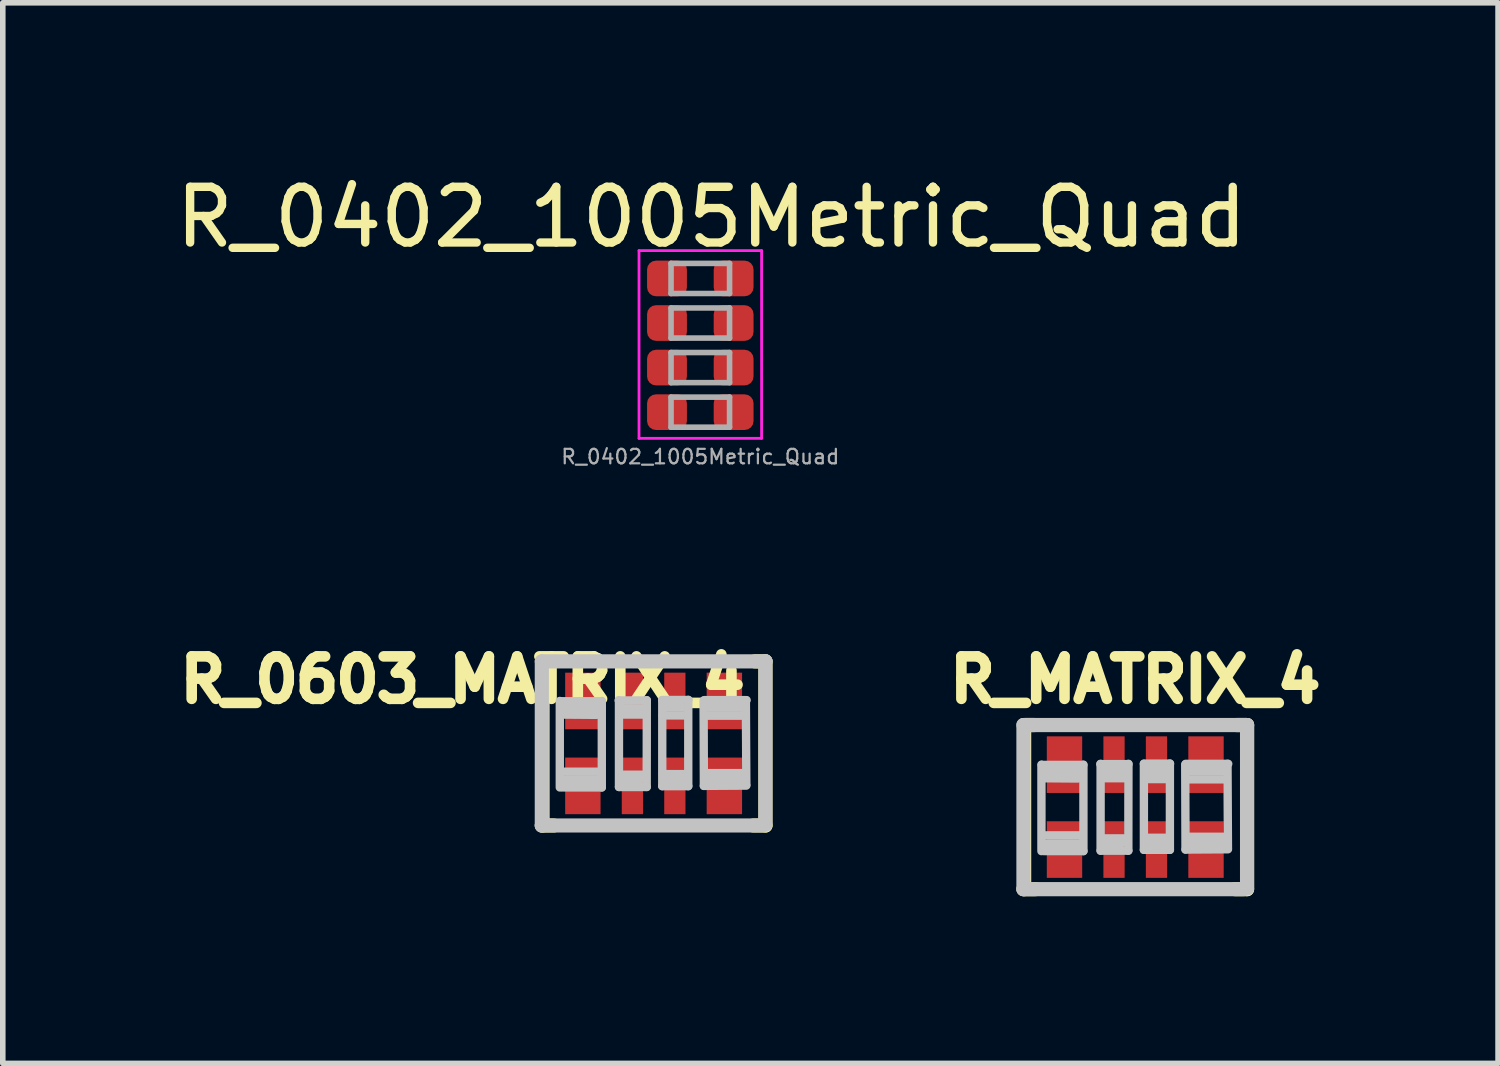
<source format=kicad_pcb>
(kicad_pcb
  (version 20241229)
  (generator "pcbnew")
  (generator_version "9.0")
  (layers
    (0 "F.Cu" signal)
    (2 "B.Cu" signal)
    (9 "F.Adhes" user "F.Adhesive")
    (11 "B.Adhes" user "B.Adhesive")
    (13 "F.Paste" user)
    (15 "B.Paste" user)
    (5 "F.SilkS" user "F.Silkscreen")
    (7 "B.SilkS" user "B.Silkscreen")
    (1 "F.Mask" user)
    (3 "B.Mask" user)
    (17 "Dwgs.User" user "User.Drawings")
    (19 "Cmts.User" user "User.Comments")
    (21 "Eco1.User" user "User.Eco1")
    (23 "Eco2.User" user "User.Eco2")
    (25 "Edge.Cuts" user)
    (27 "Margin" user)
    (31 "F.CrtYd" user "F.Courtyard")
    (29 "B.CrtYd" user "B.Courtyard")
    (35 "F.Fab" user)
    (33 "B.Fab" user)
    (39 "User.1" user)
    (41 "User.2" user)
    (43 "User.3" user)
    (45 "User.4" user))
  (footprint "R_MATRIX_4"
    (layer "F.Cu")
    (at 17.327 11.437)
    (property "Reference" "R_MATRIX_4" (at 0 -2.286 180) (layer "F.SilkS") (effects (font (size 0.762 0.762) (thickness 0.191))))
    (attr smd)
    (fp_line (start -2.007 1.473) (end -1.791 1.473) (stroke (width 0.254) (type solid)) (layer "F.SilkS"))
    (fp_line (start -1.994 -1.473) (end -1.994 1.473) (stroke (width 0.254) (type solid)) (layer "F.SilkS"))
    (fp_line (start -1.981 -1.473) (end -1.803 -1.473) (stroke (width 0.254) (type solid)) (layer "F.SilkS"))
    (fp_line (start 1.816 -1.473) (end 2.007 -1.473) (stroke (width 0.254) (type solid)) (layer "F.SilkS"))
    (fp_line (start 2.007 -1.473) (end 2.007 1.473) (stroke (width 0.254) (type solid)) (layer "F.SilkS"))
    (fp_line (start 2.007 1.473) (end 1.791 1.473) (stroke (width 0.254) (type solid)) (layer "F.SilkS"))
    (fp_line (start -2.007 -1.473) (end -2.007 1.473) (stroke (width 0.254) (type solid)) (layer "Dwgs.User"))
    (fp_line (start -2.007 -1.473) (end 2.007 -1.473) (stroke (width 0.254) (type solid)) (layer "Dwgs.User"))
    (fp_line (start -2.007 1.473) (end 1.943 1.473) (stroke (width 0.254) (type solid)) (layer "Dwgs.User"))
    (fp_line (start -1.684 -0.762) (end -1.684 0.79) (stroke (width 0.15) (type solid)) (layer "Dwgs.User"))
    (fp_line (start -1.679 -0.757) (end -0.932 -0.757) (stroke (width 0.15) (type solid)) (layer "Dwgs.User"))
    (fp_line (start -1.643 -0.518) (end -1.029 -0.513) (stroke (width 0.15) (type solid)) (layer "Dwgs.User"))
    (fp_line (start -1.615 0.655) (end -1.008 0.653) (stroke (width 0.15) (type solid)) (layer "Dwgs.User"))
    (fp_line (start -0.98 0.508) (end -1.618 0.508) (stroke (width 0.15) (type solid)) (layer "Dwgs.User"))
    (fp_line (start -0.94 -0.622) (end -1.638 -0.622) (stroke (width 0.15) (type solid)) (layer "Dwgs.User"))
    (fp_line (start -0.93 -0.762) (end -0.93 0.79) (stroke (width 0.15) (type solid)) (layer "Dwgs.User"))
    (fp_line (start -0.93 0.79) (end -1.638 0.79) (stroke (width 0.15) (type solid)) (layer "Dwgs.User"))
    (fp_line (start -0.627 -0.772) (end -0.122 -0.772) (stroke (width 0.15) (type solid)) (layer "Dwgs.User"))
    (fp_line (start -0.622 0.782) (end -0.622 -0.777) (stroke (width 0.15) (type solid)) (layer "Dwgs.User"))
    (fp_line (start -0.602 -0.632) (end -0.213 -0.63) (stroke (width 0.15) (type solid)) (layer "Dwgs.User"))
    (fp_line (start -0.589 0.561) (end -0.18 0.561) (stroke (width 0.15) (type solid)) (layer "Dwgs.User"))
    (fp_line (start -0.582 -0.518) (end -0.185 -0.518) (stroke (width 0.15) (type solid)) (layer "Dwgs.User"))
    (fp_line (start -0.582 0.645) (end -0.239 0.645) (stroke (width 0.15) (type solid)) (layer "Dwgs.User"))
    (fp_line (start -0.124 0.782) (end -0.622 0.782) (stroke (width 0.15) (type solid)) (layer "Dwgs.User"))
    (fp_line (start -0.122 -0.777) (end -0.124 0.782) (stroke (width 0.15) (type solid)) (layer "Dwgs.User"))
    (fp_line (start 0.155 -0.78) (end 0.625 -0.78) (stroke (width 0.15) (type solid)) (layer "Dwgs.User"))
    (fp_line (start 0.155 0.767) (end 0.155 -0.777) (stroke (width 0.15) (type solid)) (layer "Dwgs.User"))
    (fp_line (start 0.163 -0.503) (end 0.594 -0.503) (stroke (width 0.15) (type solid)) (layer "Dwgs.User"))
    (fp_line (start 0.165 0.551) (end 0.584 0.551) (stroke (width 0.15) (type solid)) (layer "Dwgs.User"))
    (fp_line (start 0.175 0.66) (end 0.554 0.663) (stroke (width 0.15) (type solid)) (layer "Dwgs.User"))
    (fp_line (start 0.185 -0.645) (end 0.551 -0.645) (stroke (width 0.15) (type solid)) (layer "Dwgs.User"))
    (fp_line (start 0.622 -0.782) (end 0.622 0.767) (stroke (width 0.15) (type solid)) (layer "Dwgs.User"))
    (fp_line (start 0.622 0.767) (end 0.155 0.767) (stroke (width 0.15) (type solid)) (layer "Dwgs.User"))
    (fp_line (start 0.902 0.762) (end 0.897 -0.767) (stroke (width 0.15) (type solid)) (layer "Dwgs.User"))
    (fp_line (start 0.907 -0.777) (end 1.669 -0.777) (stroke (width 0.15) (type solid)) (layer "Dwgs.User"))
    (fp_line (start 0.953 0.533) (end 1.608 0.533) (stroke (width 0.15) (type solid)) (layer "Dwgs.User"))
    (fp_line (start 0.958 -0.498) (end 1.6 -0.498) (stroke (width 0.15) (type solid)) (layer "Dwgs.User"))
    (fp_line (start 0.993 -0.64) (end 1.575 -0.64) (stroke (width 0.15) (type solid)) (layer "Dwgs.User"))
    (fp_line (start 1.638 0.648) (end 1.008 0.655) (stroke (width 0.15) (type solid)) (layer "Dwgs.User"))
    (fp_line (start 1.656 -0.777) (end 1.664 0.742) (stroke (width 0.15) (type solid)) (layer "Dwgs.User"))
    (fp_line (start 1.664 0.757) (end 0.902 0.762) (stroke (width 0.15) (type solid)) (layer "Dwgs.User"))
    (fp_line (start 2.007 -1.473) (end 2.007 1.46) (stroke (width 0.254) (type solid)) (layer "Dwgs.User"))
    (pad "1.1" smd rect (at -1.27 0.762) (size 0.635 1.016) (layers "F.Cu" "F.Mask" "F.Paste"))
    (pad "1.2" smd rect (at -1.27 -0.762) (size 0.635 1.016) (layers "F.Cu" "F.Mask" "F.Paste"))
    (pad "2.1" smd rect (at -0.381 0.762) (size 0.381 1.016) (layers "F.Cu" "F.Mask" "F.Paste"))
    (pad "2.2" smd rect (at -0.381 -0.762) (size 0.381 1.016) (layers "F.Cu" "F.Mask" "F.Paste"))
    (pad "3.1" smd rect (at 0.381 0.762) (size 0.381 1.016) (layers "F.Cu" "F.Mask" "F.Paste"))
    (pad "3.2" smd rect (at 0.381 -0.762) (size 0.381 1.016) (layers "F.Cu" "F.Mask" "F.Paste"))
    (pad "4.1" smd rect (at 1.27 0.762) (size 0.635 1.016) (layers "F.Cu" "F.Mask" "F.Paste"))
    (pad "4.2" smd rect (at 1.27 -0.762) (size 0.635 1.016) (layers "F.Cu" "F.Mask" "F.Paste")))
  (footprint "R_0402_1005Metric_Quad"
    (layer "F.Cu")
    (at 9.52 4.348)
    (property "Reference" "R_0402_1005Metric_Quad" (at 0.2 -3.5 0) (layer "F.SilkS") (effects (font (size 1 1) (thickness 0.15))))
    (attr smd)
    (fp_line (start -1.1 -2.9) (end 1.1 -2.9) (stroke (width 0.05) (type solid)) (layer "F.CrtYd"))
    (fp_line (start -1.1 0.47) (end -1.1 -2.9) (stroke (width 0.05) (type solid)) (layer "F.CrtYd"))
    (fp_line (start 1.1 -2.9) (end 1.1 0.47) (stroke (width 0.05) (type solid)) (layer "F.CrtYd"))
    (fp_line (start 1.1 0.47) (end -1.1 0.47) (stroke (width 0.05) (type solid)) (layer "F.CrtYd"))
    (fp_line (start -0.525 -2.67) (end 0.525 -2.67) (stroke (width 0.1) (type solid)) (layer "F.Fab"))
    (fp_line (start -0.525 -2.13) (end -0.525 -2.67) (stroke (width 0.1) (type solid)) (layer "F.Fab"))
    (fp_line (start -0.525 -1.87) (end 0.525 -1.87) (stroke (width 0.1) (type solid)) (layer "F.Fab"))
    (fp_line (start -0.525 -1.33) (end -0.525 -1.87) (stroke (width 0.1) (type solid)) (layer "F.Fab"))
    (fp_line (start -0.525 -1.07) (end 0.525 -1.07) (stroke (width 0.1) (type solid)) (layer "F.Fab"))
    (fp_line (start -0.525 -0.53) (end -0.525 -1.07) (stroke (width 0.1) (type solid)) (layer "F.Fab"))
    (fp_line (start -0.525 -0.27) (end 0.525 -0.27) (stroke (width 0.1) (type solid)) (layer "F.Fab"))
    (fp_line (start -0.525 0.27) (end -0.525 -0.27) (stroke (width 0.1) (type solid)) (layer "F.Fab"))
    (fp_line (start 0.525 -2.67) (end 0.525 -2.13) (stroke (width 0.1) (type solid)) (layer "F.Fab"))
    (fp_line (start 0.525 -2.13) (end -0.525 -2.13) (stroke (width 0.1) (type solid)) (layer "F.Fab"))
    (fp_line (start 0.525 -1.87) (end 0.525 -1.33) (stroke (width 0.1) (type solid)) (layer "F.Fab"))
    (fp_line (start 0.525 -1.33) (end -0.525 -1.33) (stroke (width 0.1) (type solid)) (layer "F.Fab"))
    (fp_line (start 0.525 -1.07) (end 0.525 -0.53) (stroke (width 0.1) (type solid)) (layer "F.Fab"))
    (fp_line (start 0.525 -0.53) (end -0.525 -0.53) (stroke (width 0.1) (type solid)) (layer "F.Fab"))
    (fp_line (start 0.525 -0.27) (end 0.525 0.27) (stroke (width 0.1) (type solid)) (layer "F.Fab"))
    (fp_line (start 0.525 0.27) (end -0.525 0.27) (stroke (width 0.1) (type solid)) (layer "F.Fab"))
    (fp_text user "${REFERENCE}" (at 0 0.8 0) (layer "F.Fab") (effects (font (size 0.26 0.26) (thickness 0.04))))
    (pad "1" smd roundrect (at -0.598 -2.4) (size 0.715 0.64) (layers "F.Cu" "F.Mask" "F.Paste") (roundrect_rratio 0.25))
    (pad "2" smd roundrect (at 0.598 -2.4) (size 0.715 0.64) (layers "F.Cu" "F.Mask" "F.Paste") (roundrect_rratio 0.25))
    (pad "3" smd roundrect (at -0.598 -1.6) (size 0.715 0.64) (layers "F.Cu" "F.Mask" "F.Paste") (roundrect_rratio 0.25))
    (pad "4" smd roundrect (at 0.598 -1.6) (size 0.715 0.64) (layers "F.Cu" "F.Mask" "F.Paste") (roundrect_rratio 0.25))
    (pad "5" smd roundrect (at -0.598 -0.8) (size 0.715 0.64) (layers "F.Cu" "F.Mask" "F.Paste") (roundrect_rratio 0.25))
    (pad "6" smd roundrect (at 0.598 -0.8) (size 0.715 0.64) (layers "F.Cu" "F.Mask" "F.Paste") (roundrect_rratio 0.25))
    (pad "7" smd roundrect (at -0.598 0) (size 0.715 0.64) (layers "F.Cu" "F.Mask" "F.Paste") (roundrect_rratio 0.25))
    (pad "8" smd roundrect (at 0.598 0) (size 0.715 0.64) (layers "F.Cu" "F.Mask" "F.Paste") (roundrect_rratio 0.25)))
  (footprint "R_0603_MATRIX_4"
    (layer "F.Cu")
    (at 8.682 10.294)
    (property "Reference" "R_0603_MATRIX_4" (at -3.429 -1.143 0) (layer "F.SilkS") (effects (font (size 0.762 0.762) (thickness 0.191))))
    (attr smd)
    (fp_line (start -2.007 1.473) (end -1.791 1.473) (stroke (width 0.254) (type solid)) (layer "F.SilkS"))
    (fp_line (start -1.994 -1.473) (end -1.994 1.473) (stroke (width 0.254) (type solid)) (layer "F.SilkS"))
    (fp_line (start -1.981 -1.473) (end -1.803 -1.473) (stroke (width 0.254) (type solid)) (layer "F.SilkS"))
    (fp_line (start 1.816 -1.473) (end 2.007 -1.473) (stroke (width 0.254) (type solid)) (layer "F.SilkS"))
    (fp_line (start 2.007 -1.473) (end 2.007 1.473) (stroke (width 0.254) (type solid)) (layer "F.SilkS"))
    (fp_line (start 2.007 1.473) (end 1.791 1.473) (stroke (width 0.254) (type solid)) (layer "F.SilkS"))
    (fp_line (start -2.007 -1.473) (end -2.007 1.473) (stroke (width 0.254) (type solid)) (layer "Dwgs.User"))
    (fp_line (start -2.007 -1.473) (end 2.007 -1.473) (stroke (width 0.254) (type solid)) (layer "Dwgs.User"))
    (fp_line (start -2.007 1.473) (end 1.943 1.473) (stroke (width 0.254) (type solid)) (layer "Dwgs.User"))
    (fp_line (start -1.684 -0.762) (end -1.684 0.79) (stroke (width 0.15) (type solid)) (layer "Dwgs.User"))
    (fp_line (start -1.679 -0.757) (end -0.932 -0.757) (stroke (width 0.15) (type solid)) (layer "Dwgs.User"))
    (fp_line (start -1.643 -0.518) (end -1.029 -0.513) (stroke (width 0.15) (type solid)) (layer "Dwgs.User"))
    (fp_line (start -1.615 0.655) (end -1.008 0.653) (stroke (width 0.15) (type solid)) (layer "Dwgs.User"))
    (fp_line (start -0.98 0.508) (end -1.618 0.508) (stroke (width 0.15) (type solid)) (layer "Dwgs.User"))
    (fp_line (start -0.94 -0.622) (end -1.638 -0.622) (stroke (width 0.15) (type solid)) (layer "Dwgs.User"))
    (fp_line (start -0.93 -0.762) (end -0.93 0.79) (stroke (width 0.15) (type solid)) (layer "Dwgs.User"))
    (fp_line (start -0.93 0.79) (end -1.638 0.79) (stroke (width 0.15) (type solid)) (layer "Dwgs.User"))
    (fp_line (start -0.627 -0.772) (end -0.122 -0.772) (stroke (width 0.15) (type solid)) (layer "Dwgs.User"))
    (fp_line (start -0.622 0.782) (end -0.622 -0.777) (stroke (width 0.15) (type solid)) (layer "Dwgs.User"))
    (fp_line (start -0.602 -0.632) (end -0.213 -0.63) (stroke (width 0.15) (type solid)) (layer "Dwgs.User"))
    (fp_line (start -0.589 0.561) (end -0.18 0.561) (stroke (width 0.15) (type solid)) (layer "Dwgs.User"))
    (fp_line (start -0.582 -0.518) (end -0.185 -0.518) (stroke (width 0.15) (type solid)) (layer "Dwgs.User"))
    (fp_line (start -0.582 0.645) (end -0.239 0.645) (stroke (width 0.15) (type solid)) (layer "Dwgs.User"))
    (fp_line (start -0.124 0.782) (end -0.622 0.782) (stroke (width 0.15) (type solid)) (layer "Dwgs.User"))
    (fp_line (start -0.122 -0.777) (end -0.124 0.782) (stroke (width 0.15) (type solid)) (layer "Dwgs.User"))
    (fp_line (start 0.155 -0.78) (end 0.625 -0.78) (stroke (width 0.15) (type solid)) (layer "Dwgs.User"))
    (fp_line (start 0.155 0.767) (end 0.155 -0.777) (stroke (width 0.15) (type solid)) (layer "Dwgs.User"))
    (fp_line (start 0.163 -0.503) (end 0.594 -0.503) (stroke (width 0.15) (type solid)) (layer "Dwgs.User"))
    (fp_line (start 0.165 0.551) (end 0.584 0.551) (stroke (width 0.15) (type solid)) (layer "Dwgs.User"))
    (fp_line (start 0.175 0.66) (end 0.554 0.663) (stroke (width 0.15) (type solid)) (layer "Dwgs.User"))
    (fp_line (start 0.185 -0.645) (end 0.551 -0.645) (stroke (width 0.15) (type solid)) (layer "Dwgs.User"))
    (fp_line (start 0.622 -0.782) (end 0.622 0.767) (stroke (width 0.15) (type solid)) (layer "Dwgs.User"))
    (fp_line (start 0.622 0.767) (end 0.155 0.767) (stroke (width 0.15) (type solid)) (layer "Dwgs.User"))
    (fp_line (start 0.902 0.762) (end 0.897 -0.767) (stroke (width 0.15) (type solid)) (layer "Dwgs.User"))
    (fp_line (start 0.907 -0.777) (end 1.669 -0.777) (stroke (width 0.15) (type solid)) (layer "Dwgs.User"))
    (fp_line (start 0.953 0.533) (end 1.608 0.533) (stroke (width 0.15) (type solid)) (layer "Dwgs.User"))
    (fp_line (start 0.958 -0.498) (end 1.6 -0.498) (stroke (width 0.15) (type solid)) (layer "Dwgs.User"))
    (fp_line (start 0.993 -0.64) (end 1.575 -0.64) (stroke (width 0.15) (type solid)) (layer "Dwgs.User"))
    (fp_line (start 1.638 0.648) (end 1.008 0.655) (stroke (width 0.15) (type solid)) (layer "Dwgs.User"))
    (fp_line (start 1.656 -0.777) (end 1.664 0.742) (stroke (width 0.15) (type solid)) (layer "Dwgs.User"))
    (fp_line (start 1.664 0.757) (end 0.902 0.762) (stroke (width 0.15) (type solid)) (layer "Dwgs.User"))
    (fp_line (start 2.007 -1.473) (end 2.007 1.46) (stroke (width 0.254) (type solid)) (layer "Dwgs.User"))
    (pad "1.1" smd rect (at -1.27 0.762) (size 0.635 1.016) (layers "F.Cu" "F.Mask" "F.Paste"))
    (pad "1.2" smd rect (at -1.27 -0.762) (size 0.635 1.016) (layers "F.Cu" "F.Mask" "F.Paste"))
    (pad "2.1" smd rect (at -0.381 0.762) (size 0.381 1.016) (layers "F.Cu" "F.Mask" "F.Paste"))
    (pad "2.2" smd rect (at -0.381 -0.762) (size 0.381 1.016) (layers "F.Cu" "F.Mask" "F.Paste"))
    (pad "3.1" smd rect (at 0.381 0.762) (size 0.381 1.016) (layers "F.Cu" "F.Mask" "F.Paste"))
    (pad "3.2" smd rect (at 0.381 -0.762) (size 0.381 1.016) (layers "F.Cu" "F.Mask" "F.Paste"))
    (pad "4.1" smd rect (at 1.27 0.762) (size 0.635 1.016) (layers "F.Cu" "F.Mask" "F.Paste"))
    (pad "4.2" smd rect (at 1.27 -0.762) (size 0.635 1.016) (layers "F.Cu" "F.Mask" "F.Paste")))
  (gr_rect
    (start -3 -3)
    (end 23.839 16.037)
    (stroke (width 0.1) (type default))
    (fill no)
    (layer "Edge.Cuts")))
</source>
